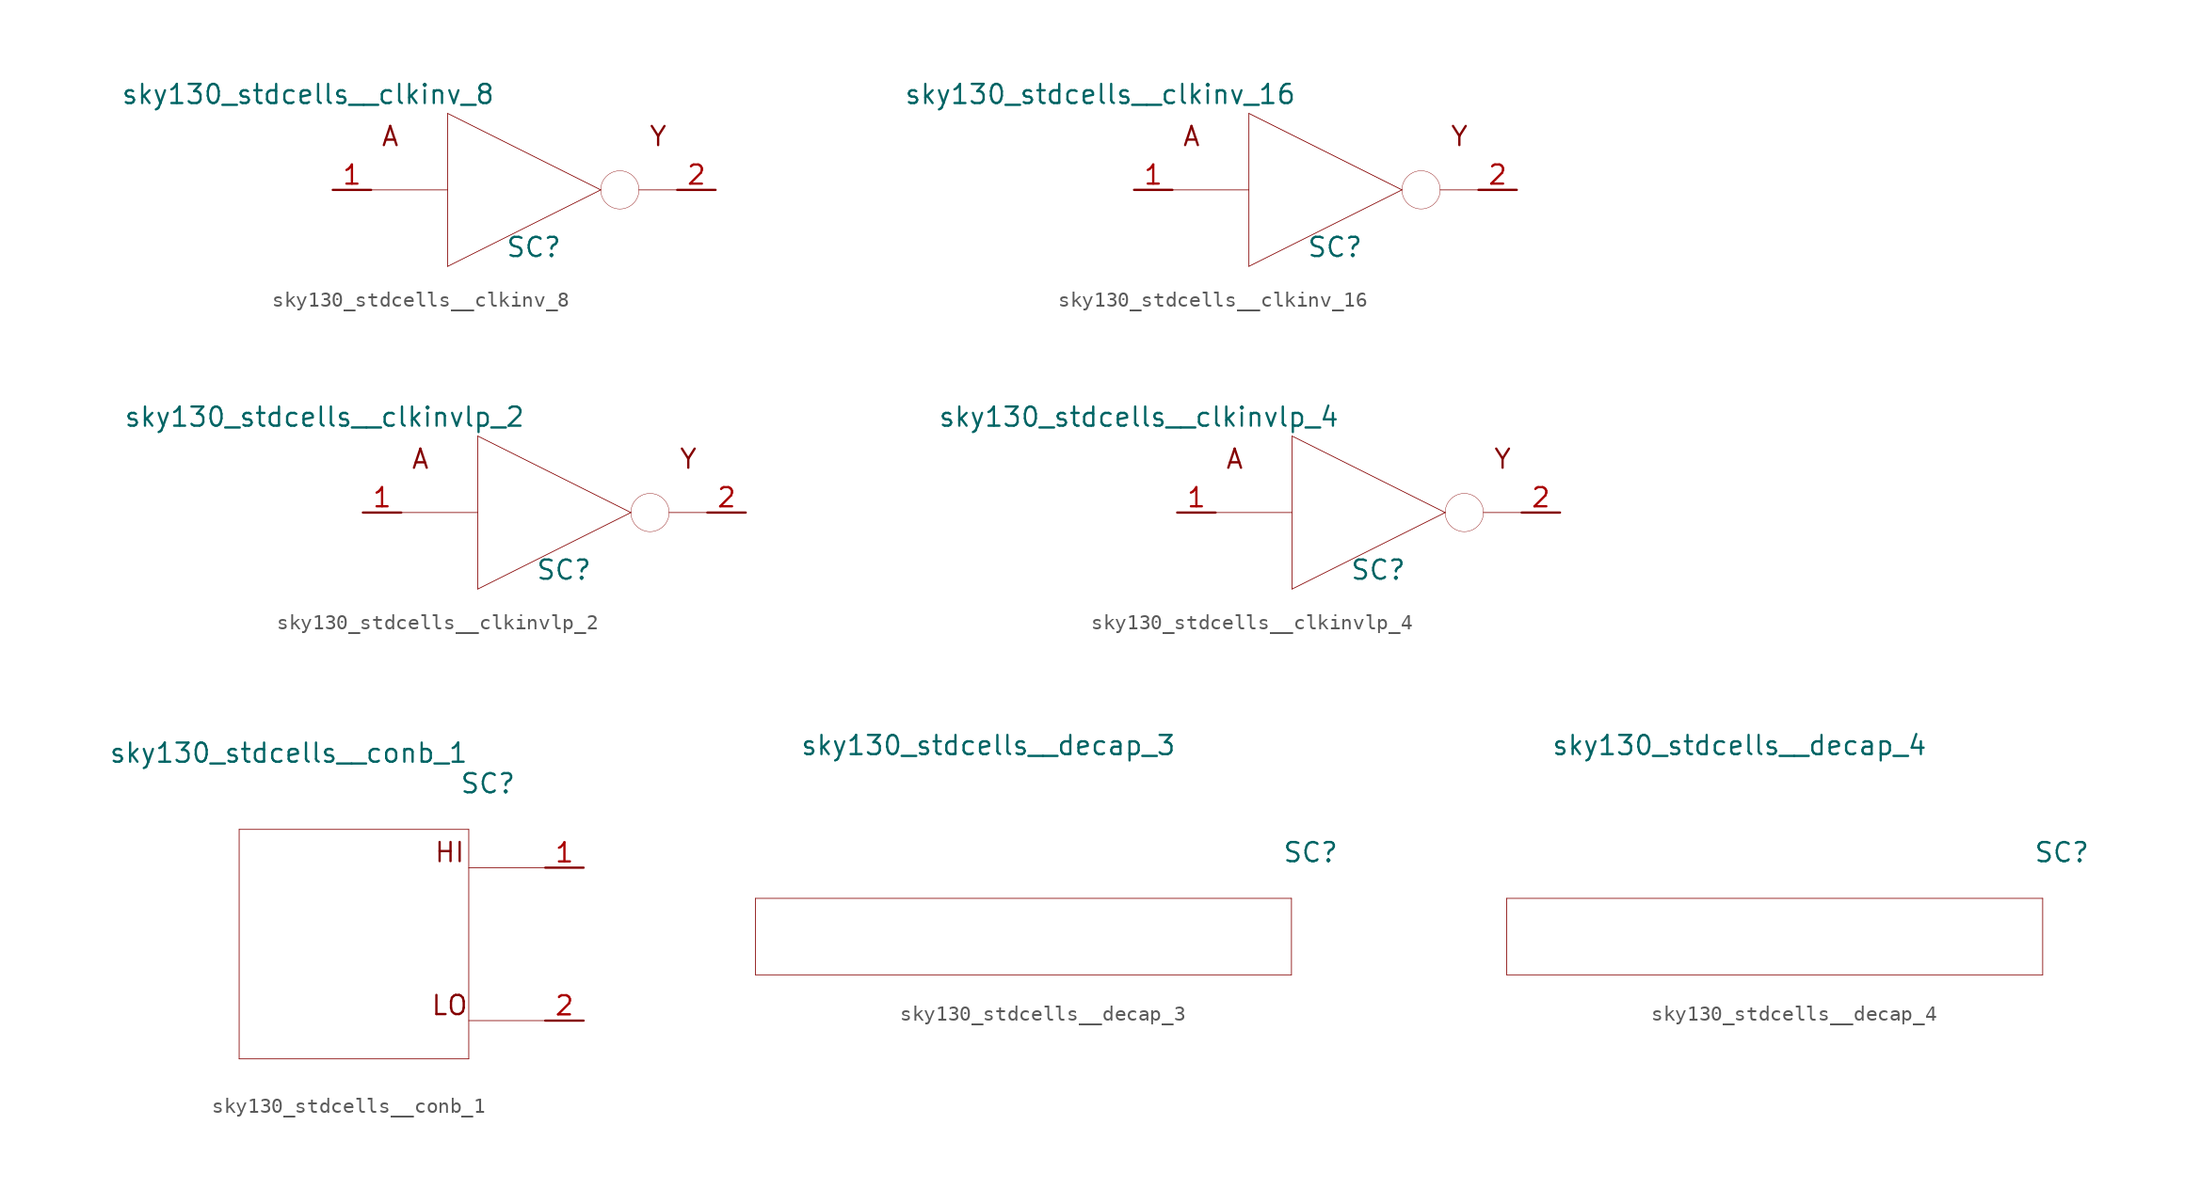
<source format=kicad_sym>
(kicad_symbol_lib
  (version 20211014)
  (generator kicad_symbol_editor)
  (symbol "sky130_stdcells__clkinv_8"
    (pin_names hide)
    (property "Reference" "SC"
      (at 0.635 -3.81 0)
      (effects (font (size 1.27 1.27))))
    (property "Value" "sky130_stdcells__clkinv_8"
      (at -1.905 6.35 0)
      (effects (font (size 1.27 1.27)) (justify right)))
    (symbol "sky130_stdcells__clkinv_8_0_0"
      (polyline (pts (xy -10.16 0) (xy -5.08 0)) (stroke (width 0.051) (type default) (color 0 0 0 0)) (fill (type none)))
      (polyline (pts (xy -5.08 -5.08) (xy 5.08 0)) (stroke (width 0.051) (type default) (color 0 0 0 0)) (fill (type none)))
      (polyline (pts (xy -5.08 5.08) (xy -5.08 -5.08)) (stroke (width 0.051) (type default) (color 0 0 0 0)) (fill (type none)))
      (polyline (pts (xy -5.08 5.08) (xy 5.08 0)) (stroke (width 0.051) (type default) (color 0 0 0 0)) (fill (type none)))
      (polyline (pts (xy 7.62 0) (xy 10.16 0)) (stroke (width 0.051) (type default) (color 0 0 0 0)) (fill (type none)))
      (arc (start 5.08 0) (mid 5.2502 -0.635) (end 5.715 -1.0999) (stroke (width 0.0254) (type default) (color 0 0 0 0)) (fill (type none)))
      (arc (start 5.715 -1.0999) (mid 6.35 -1.27) (end 6.985 -1.0999) (stroke (width 0.0254) (type default) (color 0 0 0 0)) (fill (type none)))
      (arc (start 5.715 1.0999) (mid 5.2501 0.635) (end 5.08 0) (stroke (width 0.0254) (type default) (color 0 0 0 0)) (fill (type none)))
      (arc (start 6.985 -1.0999) (mid 7.4499 -0.635) (end 7.62 0) (stroke (width 0.0254) (type default) (color 0 0 0 0)) (fill (type none)))
      (arc (start 6.985 1.0999) (mid 6.35 1.27) (end 5.715 1.0999) (stroke (width 0.0254) (type default) (color 0 0 0 0)) (fill (type none)))
      (arc (start 7.62 0) (mid 7.4498 0.635) (end 6.985 1.0999) (stroke (width 0.0254) (type default) (color 0 0 0 0)) (fill (type none)))
      (text "A" (at -8.89 3.556 0) (effects (font (size 1.27 1.27))))
      (text "Y" (at 8.89 3.556 0) (effects (font (size 1.27 1.27)))))
    (symbol "sky130_stdcells__clkinv_8_1_1"
      (pin input line (at -12.7 0 0) (length 2.54) (name "A" (effects (font (size 1.092 1.092)))) (number "1" (effects (font (size 1.27 1.27)))))
      (pin output line (at 12.7 0 180) (length 2.54) (name "Y" (effects (font (size 1.092 1.092)))) (number "2" (effects (font (size 1.27 1.27)))))))
  (symbol "sky130_stdcells__clkinv_16"
    (pin_names hide)
    (property "Reference" "SC"
      (at 0.635 -3.81 0)
      (effects (font (size 1.27 1.27))))
    (property "Value" "sky130_stdcells__clkinv_16"
      (at -1.905 6.35 0)
      (effects (font (size 1.27 1.27)) (justify right)))
    (symbol "sky130_stdcells__clkinv_16_0_0"
      (polyline (pts (xy -10.16 0) (xy -5.08 0)) (stroke (width 0.051) (type default) (color 0 0 0 0)) (fill (type none)))
      (polyline (pts (xy -5.08 -5.08) (xy 5.08 0)) (stroke (width 0.051) (type default) (color 0 0 0 0)) (fill (type none)))
      (polyline (pts (xy -5.08 5.08) (xy -5.08 -5.08)) (stroke (width 0.051) (type default) (color 0 0 0 0)) (fill (type none)))
      (polyline (pts (xy -5.08 5.08) (xy 5.08 0)) (stroke (width 0.051) (type default) (color 0 0 0 0)) (fill (type none)))
      (polyline (pts (xy 7.62 0) (xy 10.16 0)) (stroke (width 0.051) (type default) (color 0 0 0 0)) (fill (type none)))
      (arc (start 5.08 0) (mid 5.2502 -0.635) (end 5.715 -1.0999) (stroke (width 0.0254) (type default) (color 0 0 0 0)) (fill (type none)))
      (arc (start 5.715 -1.0999) (mid 6.35 -1.27) (end 6.985 -1.0999) (stroke (width 0.0254) (type default) (color 0 0 0 0)) (fill (type none)))
      (arc (start 5.715 1.0999) (mid 5.2501 0.635) (end 5.08 0) (stroke (width 0.0254) (type default) (color 0 0 0 0)) (fill (type none)))
      (arc (start 6.985 -1.0999) (mid 7.4499 -0.635) (end 7.62 0) (stroke (width 0.0254) (type default) (color 0 0 0 0)) (fill (type none)))
      (arc (start 6.985 1.0999) (mid 6.35 1.27) (end 5.715 1.0999) (stroke (width 0.0254) (type default) (color 0 0 0 0)) (fill (type none)))
      (arc (start 7.62 0) (mid 7.4498 0.635) (end 6.985 1.0999) (stroke (width 0.0254) (type default) (color 0 0 0 0)) (fill (type none)))
      (text "A" (at -8.89 3.556 0) (effects (font (size 1.27 1.27))))
      (text "Y" (at 8.89 3.556 0) (effects (font (size 1.27 1.27)))))
    (symbol "sky130_stdcells__clkinv_16_1_1"
      (pin input line (at -12.7 0 0) (length 2.54) (name "A" (effects (font (size 1.092 1.092)))) (number "1" (effects (font (size 1.27 1.27)))))
      (pin output line (at 12.7 0 180) (length 2.54) (name "Y" (effects (font (size 1.092 1.092)))) (number "2" (effects (font (size 1.27 1.27)))))))
  (symbol "sky130_stdcells__clkinvlp_2"
    (pin_names hide)
    (property "Reference" "SC"
      (at 0.635 -3.81 0)
      (effects (font (size 1.27 1.27))))
    (property "Value" "sky130_stdcells__clkinvlp_2"
      (at -1.905 6.35 0)
      (effects (font (size 1.27 1.27)) (justify right)))
    (symbol "sky130_stdcells__clkinvlp_2_0_0"
      (polyline (pts (xy -10.16 0) (xy -5.08 0)) (stroke (width 0.051) (type default) (color 0 0 0 0)) (fill (type none)))
      (polyline (pts (xy -5.08 -5.08) (xy 5.08 0)) (stroke (width 0.051) (type default) (color 0 0 0 0)) (fill (type none)))
      (polyline (pts (xy -5.08 5.08) (xy -5.08 -5.08)) (stroke (width 0.051) (type default) (color 0 0 0 0)) (fill (type none)))
      (polyline (pts (xy -5.08 5.08) (xy 5.08 0)) (stroke (width 0.051) (type default) (color 0 0 0 0)) (fill (type none)))
      (polyline (pts (xy 7.62 0) (xy 10.16 0)) (stroke (width 0.051) (type default) (color 0 0 0 0)) (fill (type none)))
      (arc (start 5.08 0) (mid 5.2502 -0.635) (end 5.715 -1.0999) (stroke (width 0.0254) (type default) (color 0 0 0 0)) (fill (type none)))
      (arc (start 5.715 -1.0999) (mid 6.35 -1.27) (end 6.985 -1.0999) (stroke (width 0.0254) (type default) (color 0 0 0 0)) (fill (type none)))
      (arc (start 5.715 1.0999) (mid 5.2501 0.635) (end 5.08 0) (stroke (width 0.0254) (type default) (color 0 0 0 0)) (fill (type none)))
      (arc (start 6.985 -1.0999) (mid 7.4499 -0.635) (end 7.62 0) (stroke (width 0.0254) (type default) (color 0 0 0 0)) (fill (type none)))
      (arc (start 6.985 1.0999) (mid 6.35 1.27) (end 5.715 1.0999) (stroke (width 0.0254) (type default) (color 0 0 0 0)) (fill (type none)))
      (arc (start 7.62 0) (mid 7.4498 0.635) (end 6.985 1.0999) (stroke (width 0.0254) (type default) (color 0 0 0 0)) (fill (type none)))
      (text "A" (at -8.89 3.556 0) (effects (font (size 1.27 1.27))))
      (text "Y" (at 8.89 3.556 0) (effects (font (size 1.27 1.27)))))
    (symbol "sky130_stdcells__clkinvlp_2_1_1"
      (pin input line (at -12.7 0 0) (length 2.54) (name "A" (effects (font (size 1.092 1.092)))) (number "1" (effects (font (size 1.27 1.27)))))
      (pin output line (at 12.7 0 180) (length 2.54) (name "Y" (effects (font (size 1.092 1.092)))) (number "2" (effects (font (size 1.27 1.27)))))))
  (symbol "sky130_stdcells__clkinvlp_4"
    (pin_names hide)
    (property "Reference" "SC"
      (at 0.635 -3.81 0)
      (effects (font (size 1.27 1.27))))
    (property "Value" "sky130_stdcells__clkinvlp_4"
      (at -1.905 6.35 0)
      (effects (font (size 1.27 1.27)) (justify right)))
    (symbol "sky130_stdcells__clkinvlp_4_0_0"
      (polyline (pts (xy -10.16 0) (xy -5.08 0)) (stroke (width 0.051) (type default) (color 0 0 0 0)) (fill (type none)))
      (polyline (pts (xy -5.08 -5.08) (xy 5.08 0)) (stroke (width 0.051) (type default) (color 0 0 0 0)) (fill (type none)))
      (polyline (pts (xy -5.08 5.08) (xy -5.08 -5.08)) (stroke (width 0.051) (type default) (color 0 0 0 0)) (fill (type none)))
      (polyline (pts (xy -5.08 5.08) (xy 5.08 0)) (stroke (width 0.051) (type default) (color 0 0 0 0)) (fill (type none)))
      (polyline (pts (xy 7.62 0) (xy 10.16 0)) (stroke (width 0.051) (type default) (color 0 0 0 0)) (fill (type none)))
      (arc (start 5.08 0) (mid 5.2502 -0.635) (end 5.715 -1.0999) (stroke (width 0.0254) (type default) (color 0 0 0 0)) (fill (type none)))
      (arc (start 5.715 -1.0999) (mid 6.35 -1.27) (end 6.985 -1.0999) (stroke (width 0.0254) (type default) (color 0 0 0 0)) (fill (type none)))
      (arc (start 5.715 1.0999) (mid 5.2501 0.635) (end 5.08 0) (stroke (width 0.0254) (type default) (color 0 0 0 0)) (fill (type none)))
      (arc (start 6.985 -1.0999) (mid 7.4499 -0.635) (end 7.62 0) (stroke (width 0.0254) (type default) (color 0 0 0 0)) (fill (type none)))
      (arc (start 6.985 1.0999) (mid 6.35 1.27) (end 5.715 1.0999) (stroke (width 0.0254) (type default) (color 0 0 0 0)) (fill (type none)))
      (arc (start 7.62 0) (mid 7.4498 0.635) (end 6.985 1.0999) (stroke (width 0.0254) (type default) (color 0 0 0 0)) (fill (type none)))
      (text "A" (at -8.89 3.556 0) (effects (font (size 1.27 1.27))))
      (text "Y" (at 8.89 3.556 0) (effects (font (size 1.27 1.27)))))
    (symbol "sky130_stdcells__clkinvlp_4_1_1"
      (pin input line (at -12.7 0 0) (length 2.54) (name "A" (effects (font (size 1.092 1.092)))) (number "1" (effects (font (size 1.27 1.27)))))
      (pin output line (at 12.7 0 180) (length 2.54) (name "Y" (effects (font (size 1.092 1.092)))) (number "2" (effects (font (size 1.27 1.27)))))))
  (symbol "sky130_stdcells__conb_1"
    (pin_names hide)
    (property "Reference" "SC"
      (at 11.43 10.668 0)
      (effects (font (size 1.27 1.27))))
    (property "Value" "sky130_stdcells__conb_1"
      (at 10.16 12.7 0)
      (effects (font (size 1.27 1.27)) (justify right)))
    (symbol "sky130_stdcells__conb_1_0_0"
      (polyline (pts (xy -5.08 -7.62) (xy 10.16 -7.62)) (stroke (width 0.051) (type default) (color 0 0 0 0)) (fill (type none)))
      (polyline (pts (xy -5.08 7.62) (xy -5.08 -7.62)) (stroke (width 0.051) (type default) (color 0 0 0 0)) (fill (type none)))
      (polyline (pts (xy -5.08 7.62) (xy 10.16 7.62)) (stroke (width 0.051) (type default) (color 0 0 0 0)) (fill (type none)))
      (polyline (pts (xy 10.16 -5.08) (xy 15.24 -5.08)) (stroke (width 0.051) (type default) (color 0 0 0 0)) (fill (type none)))
      (polyline (pts (xy 10.16 5.08) (xy 15.24 5.08)) (stroke (width 0.051) (type default) (color 0 0 0 0)) (fill (type none)))
      (polyline (pts (xy 10.16 7.62) (xy 10.16 -7.62)) (stroke (width 0.051) (type default) (color 0 0 0 0)) (fill (type none)))
      (text "HI" (at 8.89 6.096 0) (effects (font (size 1.27 1.27))))
      (text "LO" (at 8.89 -4.064 0) (effects (font (size 1.27 1.27)))))
    (symbol "sky130_stdcells__conb_1_1_1"
      (pin output line (at 17.78 5.08 180) (length 2.54) (name "HI" (effects (font (size 1.092 1.092)))) (number "1" (effects (font (size 1.27 1.27)))))
      (pin output line (at 17.78 -5.08 180) (length 2.54) (name "LO" (effects (font (size 1.092 1.092)))) (number "2" (effects (font (size 1.27 1.27)))))))
  (symbol "sky130_stdcells__decap_3"
    (pin_names hide)
    (property "Reference" "SC"
      (at 19.05 5.588 0)
      (effects (font (size 1.27 1.27))))
    (property "Value" "sky130_stdcells__decap_3"
      (at 10.16 12.7 0)
      (effects (font (size 1.27 1.27)) (justify right)))
    (symbol "sky130_stdcells__decap_3_0_0"
      (polyline (pts (xy -17.78 -2.54) (xy 17.78 -2.54)) (stroke (width 0.051) (type default) (color 0 0 0 0)) (fill (type none)))
      (polyline (pts (xy -17.78 2.54) (xy -17.78 -2.54)) (stroke (width 0.051) (type default) (color 0 0 0 0)) (fill (type none)))
      (polyline (pts (xy -17.78 2.54) (xy 17.78 2.54)) (stroke (width 0.051) (type default) (color 0 0 0 0)) (fill (type none)))
      (polyline (pts (xy 17.78 2.54) (xy 17.78 -2.54)) (stroke (width 0.051) (type default) (color 0 0 0 0)) (fill (type none)))))
  (symbol "sky130_stdcells__decap_4"
    (pin_names hide)
    (property "Reference" "SC"
      (at 19.05 5.588 0)
      (effects (font (size 1.27 1.27))))
    (property "Value" "sky130_stdcells__decap_4"
      (at 10.16 12.7 0)
      (effects (font (size 1.27 1.27)) (justify right)))
    (symbol "sky130_stdcells__decap_4_0_0"
      (polyline (pts (xy -17.78 -2.54) (xy 17.78 -2.54)) (stroke (width 0.051) (type default) (color 0 0 0 0)) (fill (type none)))
      (polyline (pts (xy -17.78 2.54) (xy -17.78 -2.54)) (stroke (width 0.051) (type default) (color 0 0 0 0)) (fill (type none)))
      (polyline (pts (xy -17.78 2.54) (xy 17.78 2.54)) (stroke (width 0.051) (type default) (color 0 0 0 0)) (fill (type none)))
      (polyline (pts (xy 17.78 2.54) (xy 17.78 -2.54)) (stroke (width 0.051) (type default) (color 0 0 0 0)) (fill (type none))))))
</source>
